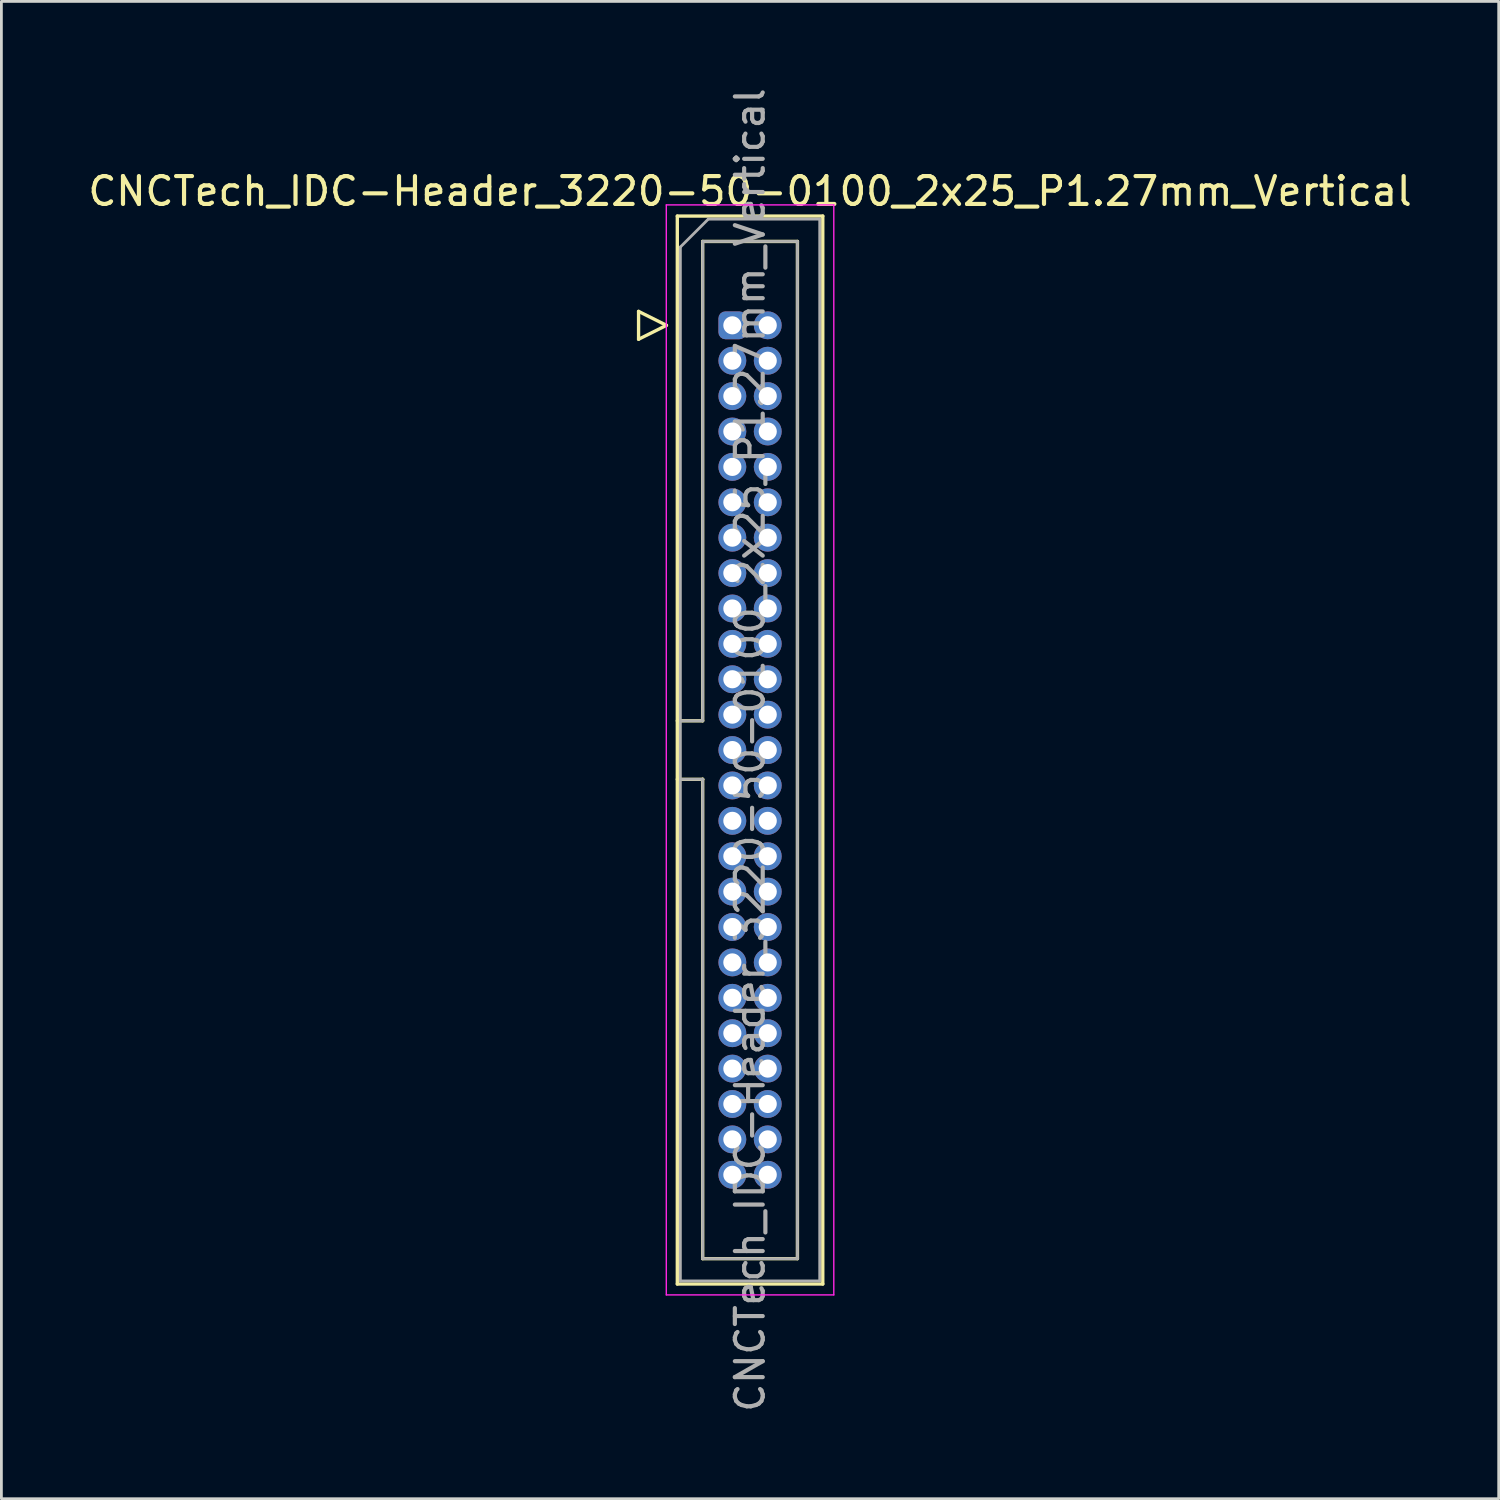
<source format=kicad_pcb>
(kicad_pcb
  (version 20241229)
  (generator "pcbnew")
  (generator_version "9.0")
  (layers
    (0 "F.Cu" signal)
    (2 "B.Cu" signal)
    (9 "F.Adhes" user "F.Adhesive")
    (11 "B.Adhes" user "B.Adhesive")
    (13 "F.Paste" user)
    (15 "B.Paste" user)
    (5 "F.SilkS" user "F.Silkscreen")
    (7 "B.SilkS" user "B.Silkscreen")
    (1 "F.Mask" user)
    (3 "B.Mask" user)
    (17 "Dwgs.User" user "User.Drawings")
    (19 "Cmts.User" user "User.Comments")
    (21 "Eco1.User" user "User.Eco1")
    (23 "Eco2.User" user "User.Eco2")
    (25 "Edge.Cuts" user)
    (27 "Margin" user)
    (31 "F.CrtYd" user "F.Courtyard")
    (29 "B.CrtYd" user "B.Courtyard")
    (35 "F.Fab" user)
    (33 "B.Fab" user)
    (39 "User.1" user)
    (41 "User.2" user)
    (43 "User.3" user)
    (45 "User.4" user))
  (footprint "CNCTech_IDC-Header_3220-50-0100_2x25_P1.27mm_Vertical"
    (layer "F.Cu")
    (at 23.228 8.623)
    (property "Reference" "CNCTech_IDC-Header_3220-50-0100_2x25_P1.27mm_Vertical" (at 0.635 -4.81 0) (layer "F.SilkS") (effects (font (size 1 1) (thickness 0.15))))
    (attr through_hole)
    (fp_line (start -3.365 -0.5) (end -3.365 0.5) (stroke (width 0.12) (type solid)) (layer "F.SilkS"))
    (fp_line (start -3.365 0.5) (end -2.365 0) (stroke (width 0.12) (type solid)) (layer "F.SilkS"))
    (fp_line (start -2.365 0) (end -3.365 -0.5) (stroke (width 0.12) (type solid)) (layer "F.SilkS"))
    (fp_line (start -1.975 -3.92) (end 3.245 -3.92) (stroke (width 0.12) (type solid)) (layer "F.SilkS"))
    (fp_line (start -1.975 14.19) (end -1.065 14.19) (stroke (width 0.12) (type solid)) (layer "F.SilkS"))
    (fp_line (start -1.975 34.4) (end -1.975 -3.92) (stroke (width 0.12) (type solid)) (layer "F.SilkS"))
    (fp_line (start -1.065 -3.01) (end 2.335 -3.01) (stroke (width 0.12) (type solid)) (layer "F.SilkS"))
    (fp_line (start -1.065 14.19) (end -1.065 -3.01) (stroke (width 0.12) (type solid)) (layer "F.SilkS"))
    (fp_line (start -1.065 16.29) (end -1.975 16.29) (stroke (width 0.12) (type solid)) (layer "F.SilkS"))
    (fp_line (start -1.065 16.29) (end -1.065 16.29) (stroke (width 0.12) (type solid)) (layer "F.SilkS"))
    (fp_line (start -1.065 33.49) (end -1.065 16.29) (stroke (width 0.12) (type solid)) (layer "F.SilkS"))
    (fp_line (start 2.335 -3.01) (end 2.335 33.49) (stroke (width 0.12) (type solid)) (layer "F.SilkS"))
    (fp_line (start 2.335 33.49) (end -1.065 33.49) (stroke (width 0.12) (type solid)) (layer "F.SilkS"))
    (fp_line (start 3.245 -3.92) (end 3.245 34.4) (stroke (width 0.12) (type solid)) (layer "F.SilkS"))
    (fp_line (start 3.245 34.4) (end -1.975 34.4) (stroke (width 0.12) (type solid)) (layer "F.SilkS"))
    (fp_line (start -2.37 -4.32) (end -2.37 34.79) (stroke (width 0.05) (type solid)) (layer "F.CrtYd"))
    (fp_line (start -2.37 34.79) (end 3.64 34.79) (stroke (width 0.05) (type solid)) (layer "F.CrtYd"))
    (fp_line (start 3.64 -4.32) (end -2.37 -4.32) (stroke (width 0.05) (type solid)) (layer "F.CrtYd"))
    (fp_line (start 3.64 34.79) (end 3.64 -4.32) (stroke (width 0.05) (type solid)) (layer "F.CrtYd"))
    (fp_line (start -1.865 -2.81) (end -0.865 -3.81) (stroke (width 0.1) (type solid)) (layer "F.Fab"))
    (fp_line (start -1.865 14.19) (end -1.065 14.19) (stroke (width 0.1) (type solid)) (layer "F.Fab"))
    (fp_line (start -1.865 34.29) (end -1.865 -2.81) (stroke (width 0.1) (type solid)) (layer "F.Fab"))
    (fp_line (start -1.065 -3.01) (end 2.335 -3.01) (stroke (width 0.1) (type solid)) (layer "F.Fab"))
    (fp_line (start -1.065 14.19) (end -1.065 -3.01) (stroke (width 0.1) (type solid)) (layer "F.Fab"))
    (fp_line (start -1.065 16.29) (end -1.865 16.29) (stroke (width 0.1) (type solid)) (layer "F.Fab"))
    (fp_line (start -1.065 16.29) (end -1.065 16.29) (stroke (width 0.1) (type solid)) (layer "F.Fab"))
    (fp_line (start -1.065 33.49) (end -1.065 16.29) (stroke (width 0.1) (type solid)) (layer "F.Fab"))
    (fp_line (start -0.865 -3.81) (end 3.135 -3.81) (stroke (width 0.1) (type solid)) (layer "F.Fab"))
    (fp_line (start 2.335 -3.01) (end 2.335 33.49) (stroke (width 0.1) (type solid)) (layer "F.Fab"))
    (fp_line (start 2.335 33.49) (end -1.065 33.49) (stroke (width 0.1) (type solid)) (layer "F.Fab"))
    (fp_line (start 3.135 -3.81) (end 3.135 34.29) (stroke (width 0.1) (type solid)) (layer "F.Fab"))
    (fp_line (start 3.135 34.29) (end -1.865 34.29) (stroke (width 0.1) (type solid)) (layer "F.Fab"))
    (fp_text user "${REFERENCE}" (at 0.635 15.24 90) (layer "F.Fab") (effects (font (size 1 1) (thickness 0.15))))
    (pad "1" thru_hole roundrect (at 0 0) (size 1 1) (drill 0.65) (layers "*.Cu" "*.Mask") (roundrect_rratio 0.25))
    (pad "2" thru_hole circle (at 1.27 0) (size 1 1) (drill 0.65) (layers "*.Cu" "*.Mask"))
    (pad "3" thru_hole circle (at 0 1.27) (size 1 1) (drill 0.65) (layers "*.Cu" "*.Mask"))
    (pad "4" thru_hole circle (at 1.27 1.27) (size 1 1) (drill 0.65) (layers "*.Cu" "*.Mask"))
    (pad "5" thru_hole circle (at 0 2.54) (size 1 1) (drill 0.65) (layers "*.Cu" "*.Mask"))
    (pad "6" thru_hole circle (at 1.27 2.54) (size 1 1) (drill 0.65) (layers "*.Cu" "*.Mask"))
    (pad "7" thru_hole circle (at 0 3.81) (size 1 1) (drill 0.65) (layers "*.Cu" "*.Mask"))
    (pad "8" thru_hole circle (at 1.27 3.81) (size 1 1) (drill 0.65) (layers "*.Cu" "*.Mask"))
    (pad "9" thru_hole circle (at 0 5.08) (size 1 1) (drill 0.65) (layers "*.Cu" "*.Mask"))
    (pad "10" thru_hole circle (at 1.27 5.08) (size 1 1) (drill 0.65) (layers "*.Cu" "*.Mask"))
    (pad "11" thru_hole circle (at 0 6.35) (size 1 1) (drill 0.65) (layers "*.Cu" "*.Mask"))
    (pad "12" thru_hole circle (at 1.27 6.35) (size 1 1) (drill 0.65) (layers "*.Cu" "*.Mask"))
    (pad "13" thru_hole circle (at 0 7.62) (size 1 1) (drill 0.65) (layers "*.Cu" "*.Mask"))
    (pad "14" thru_hole circle (at 1.27 7.62) (size 1 1) (drill 0.65) (layers "*.Cu" "*.Mask"))
    (pad "15" thru_hole circle (at 0 8.89) (size 1 1) (drill 0.65) (layers "*.Cu" "*.Mask"))
    (pad "16" thru_hole circle (at 1.27 8.89) (size 1 1) (drill 0.65) (layers "*.Cu" "*.Mask"))
    (pad "17" thru_hole circle (at 0 10.16) (size 1 1) (drill 0.65) (layers "*.Cu" "*.Mask"))
    (pad "18" thru_hole circle (at 1.27 10.16) (size 1 1) (drill 0.65) (layers "*.Cu" "*.Mask"))
    (pad "19" thru_hole circle (at 0 11.43) (size 1 1) (drill 0.65) (layers "*.Cu" "*.Mask"))
    (pad "20" thru_hole circle (at 1.27 11.43) (size 1 1) (drill 0.65) (layers "*.Cu" "*.Mask"))
    (pad "21" thru_hole circle (at 0 12.7) (size 1 1) (drill 0.65) (layers "*.Cu" "*.Mask"))
    (pad "22" thru_hole circle (at 1.27 12.7) (size 1 1) (drill 0.65) (layers "*.Cu" "*.Mask"))
    (pad "23" thru_hole circle (at 0 13.97) (size 1 1) (drill 0.65) (layers "*.Cu" "*.Mask"))
    (pad "24" thru_hole circle (at 1.27 13.97) (size 1 1) (drill 0.65) (layers "*.Cu" "*.Mask"))
    (pad "25" thru_hole circle (at 0 15.24) (size 1 1) (drill 0.65) (layers "*.Cu" "*.Mask"))
    (pad "26" thru_hole circle (at 1.27 15.24) (size 1 1) (drill 0.65) (layers "*.Cu" "*.Mask"))
    (pad "27" thru_hole circle (at 0 16.51) (size 1 1) (drill 0.65) (layers "*.Cu" "*.Mask"))
    (pad "28" thru_hole circle (at 1.27 16.51) (size 1 1) (drill 0.65) (layers "*.Cu" "*.Mask"))
    (pad "29" thru_hole circle (at 0 17.78) (size 1 1) (drill 0.65) (layers "*.Cu" "*.Mask"))
    (pad "30" thru_hole circle (at 1.27 17.78) (size 1 1) (drill 0.65) (layers "*.Cu" "*.Mask"))
    (pad "31" thru_hole circle (at 0 19.05) (size 1 1) (drill 0.65) (layers "*.Cu" "*.Mask"))
    (pad "32" thru_hole circle (at 1.27 19.05) (size 1 1) (drill 0.65) (layers "*.Cu" "*.Mask"))
    (pad "33" thru_hole circle (at 0 20.32) (size 1 1) (drill 0.65) (layers "*.Cu" "*.Mask"))
    (pad "34" thru_hole circle (at 1.27 20.32) (size 1 1) (drill 0.65) (layers "*.Cu" "*.Mask"))
    (pad "35" thru_hole circle (at 0 21.59) (size 1 1) (drill 0.65) (layers "*.Cu" "*.Mask"))
    (pad "36" thru_hole circle (at 1.27 21.59) (size 1 1) (drill 0.65) (layers "*.Cu" "*.Mask"))
    (pad "37" thru_hole circle (at 0 22.86) (size 1 1) (drill 0.65) (layers "*.Cu" "*.Mask"))
    (pad "38" thru_hole circle (at 1.27 22.86) (size 1 1) (drill 0.65) (layers "*.Cu" "*.Mask"))
    (pad "39" thru_hole circle (at 0 24.13) (size 1 1) (drill 0.65) (layers "*.Cu" "*.Mask"))
    (pad "40" thru_hole circle (at 1.27 24.13) (size 1 1) (drill 0.65) (layers "*.Cu" "*.Mask"))
    (pad "41" thru_hole circle (at 0 25.4) (size 1 1) (drill 0.65) (layers "*.Cu" "*.Mask"))
    (pad "42" thru_hole circle (at 1.27 25.4) (size 1 1) (drill 0.65) (layers "*.Cu" "*.Mask"))
    (pad "43" thru_hole circle (at 0 26.67) (size 1 1) (drill 0.65) (layers "*.Cu" "*.Mask"))
    (pad "44" thru_hole circle (at 1.27 26.67) (size 1 1) (drill 0.65) (layers "*.Cu" "*.Mask"))
    (pad "45" thru_hole circle (at 0 27.94) (size 1 1) (drill 0.65) (layers "*.Cu" "*.Mask"))
    (pad "46" thru_hole circle (at 1.27 27.94) (size 1 1) (drill 0.65) (layers "*.Cu" "*.Mask"))
    (pad "47" thru_hole circle (at 0 29.21) (size 1 1) (drill 0.65) (layers "*.Cu" "*.Mask"))
    (pad "48" thru_hole circle (at 1.27 29.21) (size 1 1) (drill 0.65) (layers "*.Cu" "*.Mask"))
    (pad "49" thru_hole circle (at 0 30.48) (size 1 1) (drill 0.65) (layers "*.Cu" "*.Mask"))
    (pad "50" thru_hole circle (at 1.27 30.48) (size 1 1) (drill 0.65) (layers "*.Cu" "*.Mask")))
  (gr_rect
    (start -3 -3)
    (end 50.726 50.726)
    (stroke (width 0.1) (type default))
    (fill no)
    (layer "Edge.Cuts")))
</source>
